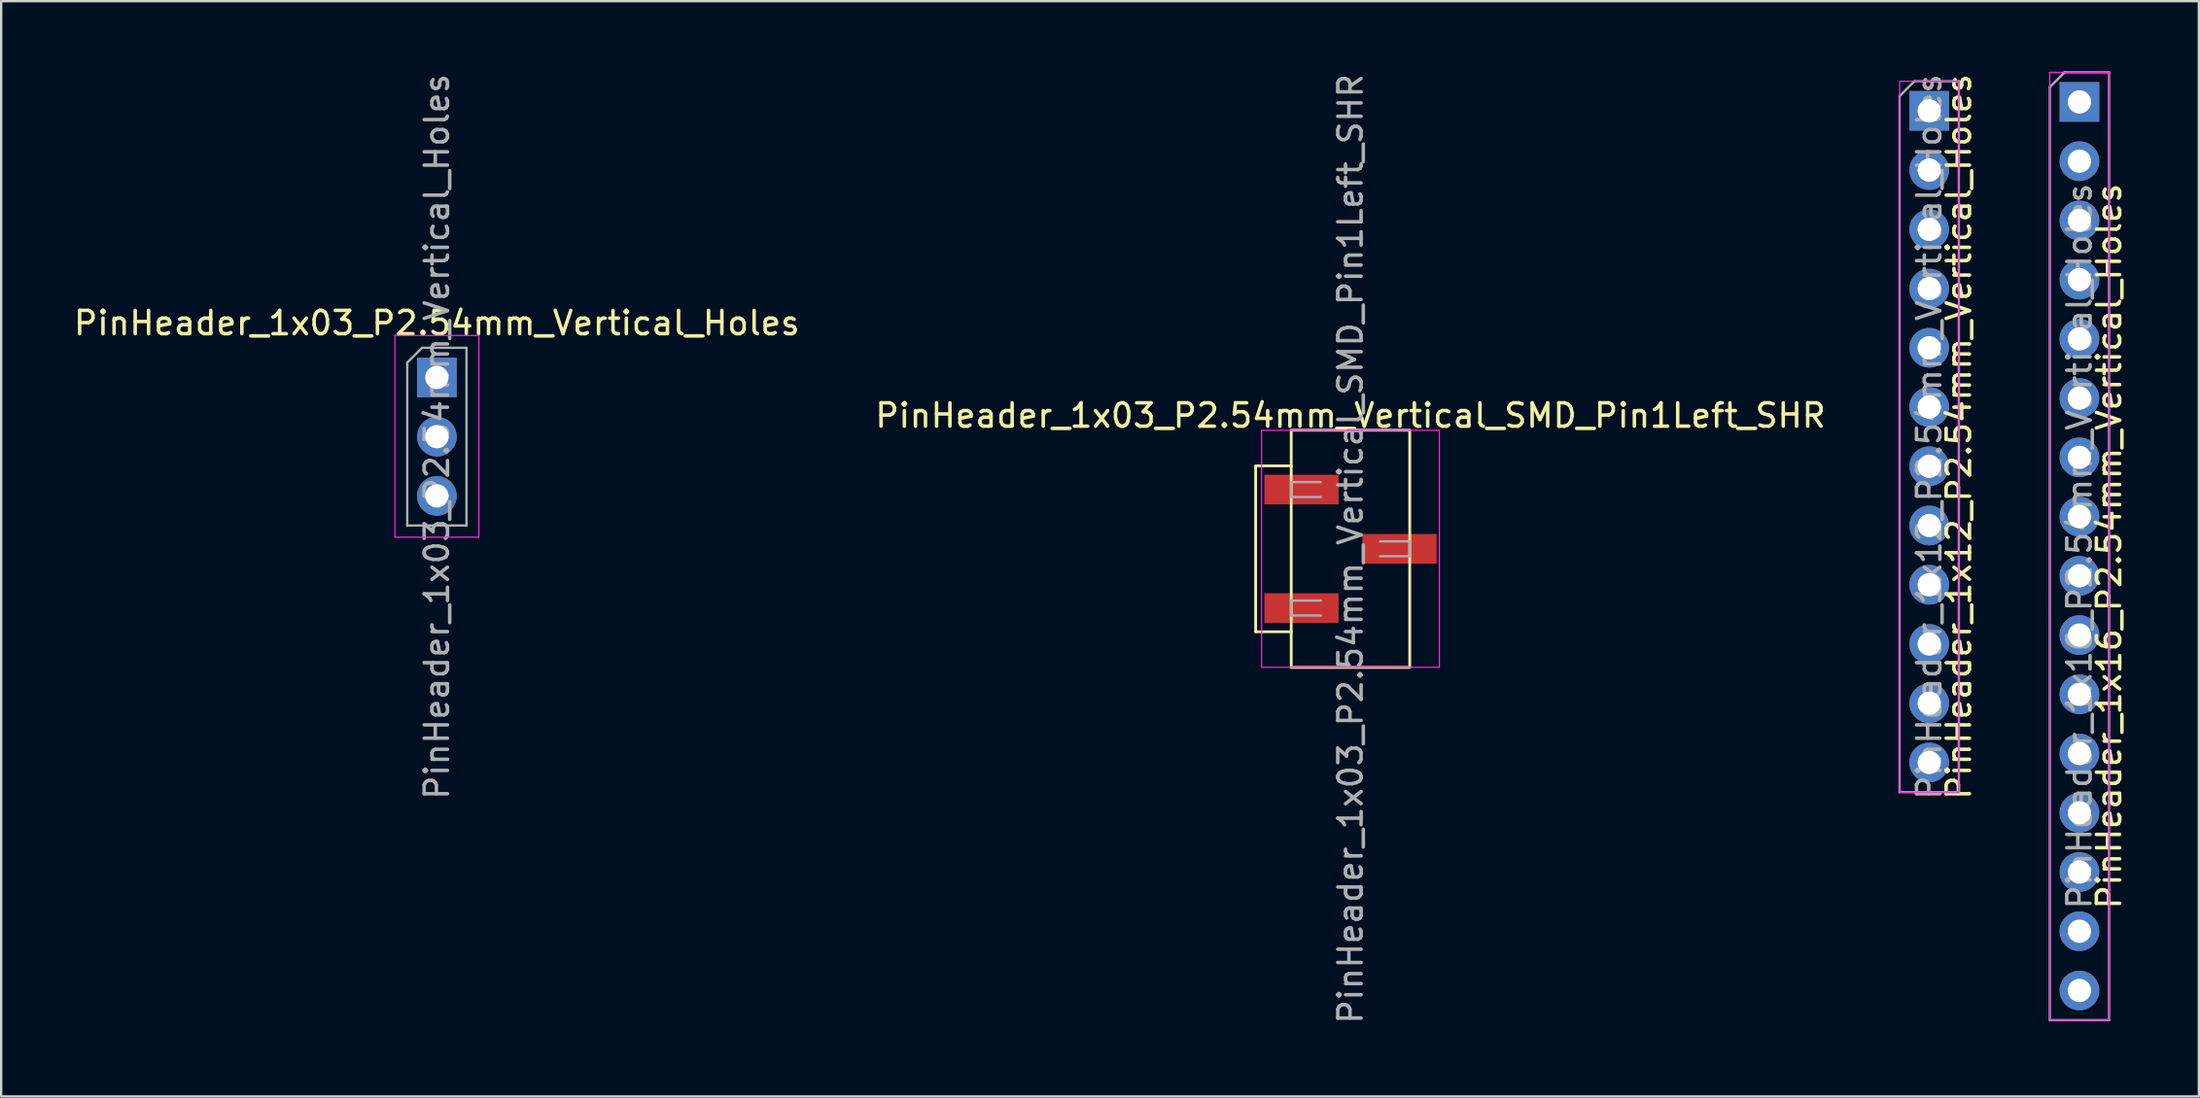
<source format=kicad_pcb>
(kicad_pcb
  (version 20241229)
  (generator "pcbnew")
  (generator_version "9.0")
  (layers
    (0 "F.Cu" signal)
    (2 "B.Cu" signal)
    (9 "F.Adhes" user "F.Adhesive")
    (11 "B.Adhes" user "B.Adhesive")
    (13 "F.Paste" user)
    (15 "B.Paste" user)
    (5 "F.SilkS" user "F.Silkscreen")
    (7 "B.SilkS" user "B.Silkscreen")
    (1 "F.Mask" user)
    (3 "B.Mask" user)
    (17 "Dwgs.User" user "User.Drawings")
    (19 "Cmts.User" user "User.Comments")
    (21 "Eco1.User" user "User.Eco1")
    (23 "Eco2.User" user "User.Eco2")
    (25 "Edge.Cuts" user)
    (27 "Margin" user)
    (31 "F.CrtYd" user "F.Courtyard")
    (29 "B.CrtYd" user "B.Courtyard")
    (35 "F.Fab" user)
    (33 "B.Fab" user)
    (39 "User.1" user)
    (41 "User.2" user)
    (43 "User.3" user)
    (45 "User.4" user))
  (footprint "PinHeader_1x03_P2.54mm_Vertical_Holes"
    (layer "F.Cu")
    (at 15.673 13.133)
    (property "Reference" "PinHeader_1x03_P2.54mm_Vertical_Holes" (at 0 -2.33 0) (layer "F.SilkS") (effects (font (size 1 1) (thickness 0.15))))
    (attr through_hole)
    (fp_line (start -1.8 -1.8) (end -1.8 6.85) (stroke (width 0.05) (type solid)) (layer "F.CrtYd"))
    (fp_line (start -1.8 6.85) (end 1.8 6.85) (stroke (width 0.05) (type solid)) (layer "F.CrtYd"))
    (fp_line (start 1.8 -1.8) (end -1.8 -1.8) (stroke (width 0.05) (type solid)) (layer "F.CrtYd"))
    (fp_line (start 1.8 6.85) (end 1.8 -1.8) (stroke (width 0.05) (type solid)) (layer "F.CrtYd"))
    (fp_line (start -1.27 -0.635) (end -0.635 -1.27) (stroke (width 0.1) (type solid)) (layer "F.Fab"))
    (fp_line (start -1.27 6.35) (end -1.27 -0.635) (stroke (width 0.1) (type solid)) (layer "F.Fab"))
    (fp_line (start -0.635 -1.27) (end 1.27 -1.27) (stroke (width 0.1) (type solid)) (layer "F.Fab"))
    (fp_line (start 1.27 -1.27) (end 1.27 6.35) (stroke (width 0.1) (type solid)) (layer "F.Fab"))
    (fp_line (start 1.27 6.35) (end -1.27 6.35) (stroke (width 0.1) (type solid)) (layer "F.Fab"))
    (fp_text user "${REFERENCE}" (at 0 2.54 90) (layer "F.Fab") (effects (font (size 1 1) (thickness 0.15))))
    (pad "1" thru_hole rect (at 0 0) (size 1.7 1.7) (drill 1) (layers "*.Cu" "*.Mask"))
    (pad "2" thru_hole oval (at 0 2.54) (size 1.7 1.7) (drill 1) (layers "*.Cu" "*.Mask"))
    (pad "3" thru_hole oval (at 0 5.08) (size 1.7 1.7) (drill 1) (layers "*.Cu" "*.Mask")))
  (footprint "PinHeader_1x16_P2.54mm_Vertical_Holes"
    (layer "F.Cu")
    (at 86.068 1.32)
    (property "Reference" "PinHeader_1x16_P2.54mm_Vertical_Holes" (at 1.27 19.05 90) (layer "F.SilkS") (effects (font (size 1 1) (thickness 0.15))))
    (attr through_hole)
    (fp_rect (start -1.27 -1.27) (end 1.27 39.37) (stroke (width 0.05) (type default)) (fill no) (layer "F.CrtYd"))
    (fp_line (start -1.27 -0.635) (end -0.635 -1.27) (stroke (width 0.1) (type solid)) (layer "F.Fab"))
    (fp_line (start -1.27 39.37) (end -1.27 -0.635) (stroke (width 0.1) (type solid)) (layer "F.Fab"))
    (fp_line (start -0.635 -1.27) (end 1.27 -1.27) (stroke (width 0.1) (type solid)) (layer "F.Fab"))
    (fp_line (start 1.27 -1.27) (end 1.27 39.37) (stroke (width 0.1) (type solid)) (layer "F.Fab"))
    (fp_line (start 1.27 39.37) (end -1.27 39.37) (stroke (width 0.1) (type solid)) (layer "F.Fab"))
    (fp_text user "${REFERENCE}" (at 0 19.05 90) (layer "F.Fab") (effects (font (size 1 1) (thickness 0.15))))
    (pad "1" thru_hole rect (at 0 0) (size 1.7 1.7) (drill 1) (layers "*.Cu" "*.Mask"))
    (pad "2" thru_hole oval (at 0 2.54) (size 1.7 1.7) (drill 1) (layers "*.Cu" "*.Mask"))
    (pad "3" thru_hole oval (at 0 5.08) (size 1.7 1.7) (drill 1) (layers "*.Cu" "*.Mask"))
    (pad "4" thru_hole oval (at 0 7.62) (size 1.7 1.7) (drill 1) (layers "*.Cu" "*.Mask"))
    (pad "5" thru_hole oval (at 0 10.16) (size 1.7 1.7) (drill 1) (layers "*.Cu" "*.Mask"))
    (pad "6" thru_hole oval (at 0 12.7) (size 1.7 1.7) (drill 1) (layers "*.Cu" "*.Mask"))
    (pad "7" thru_hole oval (at 0 15.24) (size 1.7 1.7) (drill 1) (layers "*.Cu" "*.Mask"))
    (pad "8" thru_hole oval (at 0 17.78) (size 1.7 1.7) (drill 1) (layers "*.Cu" "*.Mask"))
    (pad "9" thru_hole oval (at 0 20.32) (size 1.7 1.7) (drill 1) (layers "*.Cu" "*.Mask"))
    (pad "10" thru_hole oval (at 0 22.86) (size 1.7 1.7) (drill 1) (layers "*.Cu" "*.Mask"))
    (pad "11" thru_hole oval (at 0 25.4) (size 1.7 1.7) (drill 1) (layers "*.Cu" "*.Mask"))
    (pad "12" thru_hole oval (at 0 27.94) (size 1.7 1.7) (drill 1) (layers "*.Cu" "*.Mask"))
    (pad "13" thru_hole oval (at 0 30.48) (size 1.7 1.7) (drill 1) (layers "*.Cu" "*.Mask"))
    (pad "14" thru_hole oval (at 0 33.02) (size 1.7 1.7) (drill 1) (layers "*.Cu" "*.Mask"))
    (pad "15" thru_hole oval (at 0 35.56) (size 1.7 1.7) (drill 1) (layers "*.Cu" "*.Mask"))
    (pad "16" thru_hole oval (at 0 38.1) (size 1.7 1.7) (drill 1) (layers "*.Cu" "*.Mask")))
  (footprint "PinHeader_1x12_P2.54mm_Vertical_Holes"
    (layer "F.Cu")
    (at 79.63 1.703)
    (property "Reference" "PinHeader_1x12_P2.54mm_Vertical_Holes" (at 1.27 13.97 90) (layer "F.SilkS") (effects (font (size 1 1) (thickness 0.15))))
    (attr through_hole)
    (fp_rect (start -1.27 -1.27) (end 1.27 29.21) (stroke (width 0.05) (type default)) (fill no) (layer "F.CrtYd"))
    (fp_line (start -1.27 -0.635) (end -0.635 -1.27) (stroke (width 0.1) (type solid)) (layer "F.Fab"))
    (fp_line (start -1.27 29.21) (end -1.27 -0.635) (stroke (width 0.1) (type solid)) (layer "F.Fab"))
    (fp_line (start -0.635 -1.27) (end 1.27 -1.27) (stroke (width 0.1) (type solid)) (layer "F.Fab"))
    (fp_line (start 1.27 -1.27) (end 1.27 29.21) (stroke (width 0.1) (type solid)) (layer "F.Fab"))
    (fp_line (start 1.27 29.21) (end -1.27 29.21) (stroke (width 0.1) (type solid)) (layer "F.Fab"))
    (fp_text user "${REFERENCE}" (at 0 13.97 90) (layer "F.Fab") (effects (font (size 1 1) (thickness 0.15))))
    (pad "1" thru_hole rect (at 0 0) (size 1.7 1.7) (drill 1) (layers "*.Cu" "*.Mask"))
    (pad "2" thru_hole oval (at 0 2.54) (size 1.7 1.7) (drill 1) (layers "*.Cu" "*.Mask"))
    (pad "3" thru_hole oval (at 0 5.08) (size 1.7 1.7) (drill 1) (layers "*.Cu" "*.Mask"))
    (pad "4" thru_hole oval (at 0 7.62) (size 1.7 1.7) (drill 1) (layers "*.Cu" "*.Mask"))
    (pad "5" thru_hole oval (at 0 10.16) (size 1.7 1.7) (drill 1) (layers "*.Cu" "*.Mask"))
    (pad "6" thru_hole oval (at 0 12.7) (size 1.7 1.7) (drill 1) (layers "*.Cu" "*.Mask"))
    (pad "7" thru_hole oval (at 0 15.24) (size 1.7 1.7) (drill 1) (layers "*.Cu" "*.Mask"))
    (pad "8" thru_hole oval (at 0 17.78) (size 1.7 1.7) (drill 1) (layers "*.Cu" "*.Mask"))
    (pad "9" thru_hole oval (at 0 20.32) (size 1.7 1.7) (drill 1) (layers "*.Cu" "*.Mask"))
    (pad "10" thru_hole oval (at 0 22.86) (size 1.7 1.7) (drill 1) (layers "*.Cu" "*.Mask"))
    (pad "11" thru_hole oval (at 0 25.4) (size 1.7 1.7) (drill 1) (layers "*.Cu" "*.Mask"))
    (pad "12" thru_hole oval (at 0 27.94) (size 1.7 1.7) (drill 1) (layers "*.Cu" "*.Mask")))
  (footprint "PinHeader_1x03_P2.54mm_Vertical_SMD_Pin1Left_SHR"
    (layer "F.Cu")
    (at 54.827 20.482)
    (property "Reference" "PinHeader_1x03_P2.54mm_Vertical_SMD_Pin1Left_SHR" (at 0 -5.715 0) (layer "F.SilkS") (effects (font (size 1 1) (thickness 0.15))))
    (attr smd)
    (fp_line (start -4.064 -3.556) (end -2.54 -3.556) (stroke (width 0.12) (type solid)) (layer "F.SilkS"))
    (fp_line (start -4.064 3.556) (end -4.064 -3.556) (stroke (width 0.12) (type solid)) (layer "F.SilkS"))
    (fp_line (start -2.54 3.556) (end -4.064 3.556) (stroke (width 0.12) (type solid)) (layer "F.SilkS"))
    (fp_rect (start -2.54 -5.085) (end 2.54 5.085) (stroke (width 0.12) (type solid)) (fill no) (layer "F.SilkS"))
    (fp_line (start -3.81 -5.08) (end -3.81 5.08) (stroke (width 0.05) (type solid)) (layer "F.CrtYd"))
    (fp_line (start -3.81 5.08) (end 3.81 5.08) (stroke (width 0.05) (type solid)) (layer "F.CrtYd"))
    (fp_line (start 3.81 -5.08) (end -3.81 -5.08) (stroke (width 0.05) (type solid)) (layer "F.CrtYd"))
    (fp_line (start 3.81 5.08) (end 3.81 -5.08) (stroke (width 0.05) (type solid)) (layer "F.CrtYd"))
    (fp_line (start -2.54 -2.86) (end -2.54 -2.22) (stroke (width 0.1) (type solid)) (layer "F.Fab"))
    (fp_line (start -2.54 -2.22) (end -1.27 -2.22) (stroke (width 0.1) (type solid)) (layer "F.Fab"))
    (fp_line (start -2.54 2.22) (end -2.54 2.86) (stroke (width 0.1) (type solid)) (layer "F.Fab"))
    (fp_line (start -2.54 2.86) (end -1.27 2.86) (stroke (width 0.1) (type solid)) (layer "F.Fab"))
    (fp_line (start -1.27 -2.86) (end -2.54 -2.86) (stroke (width 0.1) (type solid)) (layer "F.Fab"))
    (fp_line (start -1.27 2.22) (end -2.54 2.22) (stroke (width 0.1) (type solid)) (layer "F.Fab"))
    (fp_line (start 1.27 -0.32) (end 2.54 -0.32) (stroke (width 0.1) (type solid)) (layer "F.Fab"))
    (fp_line (start 2.54 -0.32) (end 2.54 0.32) (stroke (width 0.1) (type solid)) (layer "F.Fab"))
    (fp_line (start 2.54 0.32) (end 1.27 0.32) (stroke (width 0.1) (type solid)) (layer "F.Fab"))
    (fp_text user "${REFERENCE}" (at 0 0 90) (layer "F.Fab") (effects (font (size 1 1) (thickness 0.15))))
    (pad "1" smd rect (at -2.1 -2.54) (size 3.18 1.27) (layers "F.Cu" "F.Mask" "F.Paste"))
    (pad "2" smd rect (at 2.1 0) (size 3.18 1.27) (layers "F.Cu" "F.Mask" "F.Paste"))
    (pad "3" smd rect (at -2.1 2.54) (size 3.18 1.27) (layers "F.Cu" "F.Mask" "F.Paste")))
  (gr_rect
    (start -3 -3)
    (end 91.186 43.964)
    (stroke (width 0.1) (type default))
    (fill no)
    (layer "Edge.Cuts")))
</source>
